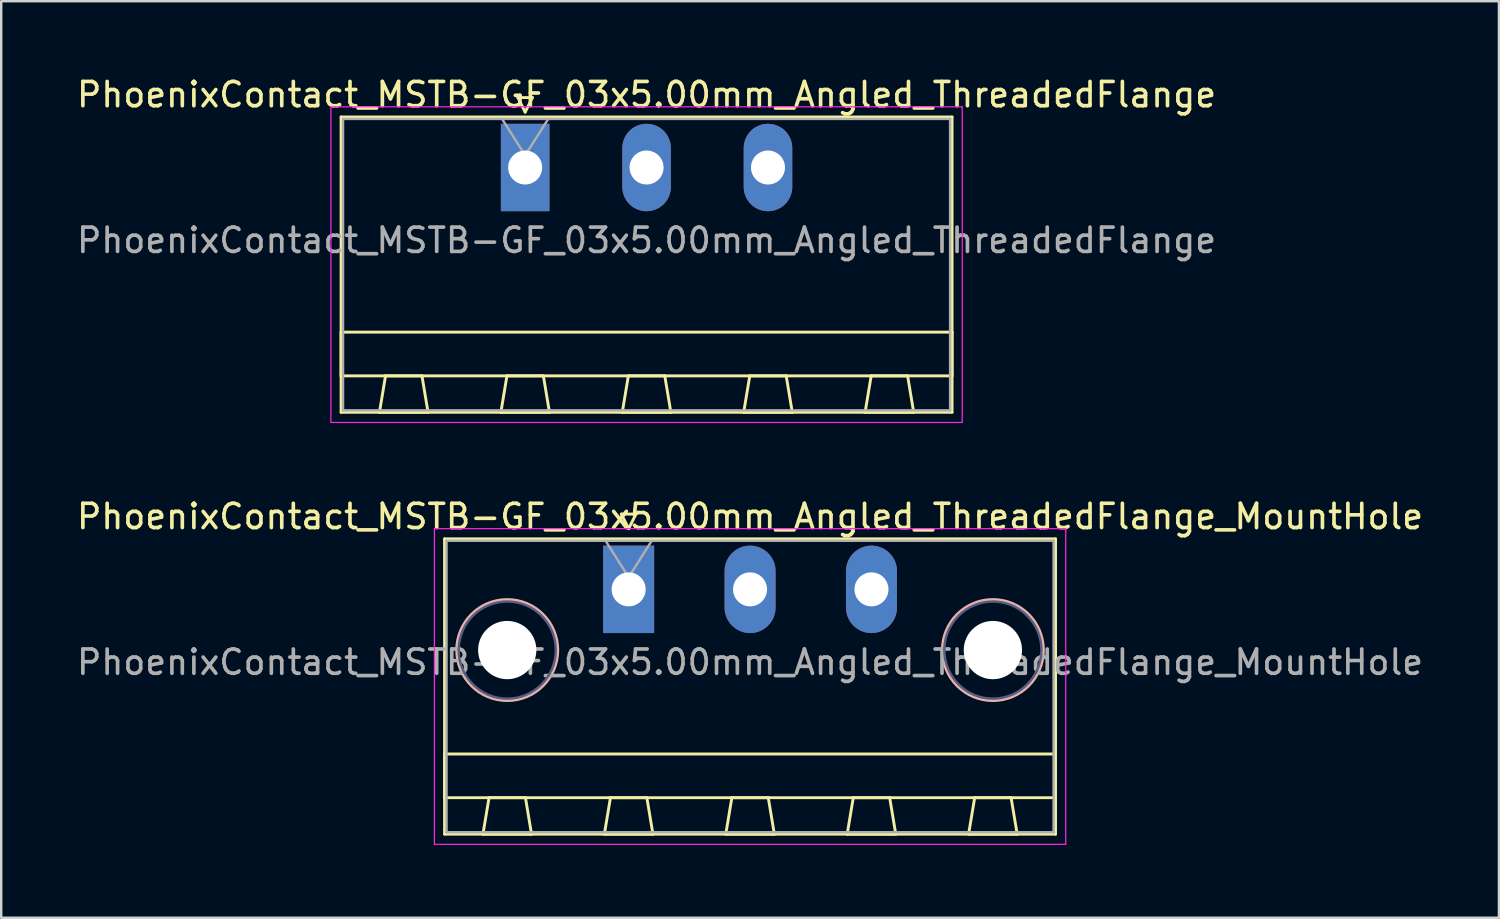
<source format=kicad_pcb>
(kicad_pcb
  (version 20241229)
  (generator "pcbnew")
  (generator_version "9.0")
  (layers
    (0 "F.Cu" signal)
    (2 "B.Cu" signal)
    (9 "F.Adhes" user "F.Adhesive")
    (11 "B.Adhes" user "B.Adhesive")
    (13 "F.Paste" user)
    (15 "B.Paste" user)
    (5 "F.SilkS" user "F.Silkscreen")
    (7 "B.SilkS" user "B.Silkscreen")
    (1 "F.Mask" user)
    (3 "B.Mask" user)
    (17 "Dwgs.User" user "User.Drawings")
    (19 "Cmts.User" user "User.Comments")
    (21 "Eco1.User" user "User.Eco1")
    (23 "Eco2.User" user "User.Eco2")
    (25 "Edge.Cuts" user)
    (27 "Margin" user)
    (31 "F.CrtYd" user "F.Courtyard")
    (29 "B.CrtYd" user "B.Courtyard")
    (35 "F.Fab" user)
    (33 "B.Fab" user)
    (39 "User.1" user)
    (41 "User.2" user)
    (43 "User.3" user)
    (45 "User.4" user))
  (footprint "PhoenixContact_MSTB-GF_03x5.00mm_Angled_ThreadedFlange_MountHole"
    (layer "F.Cu")
    (at 22.839 21.221)
    (property "Reference" "PhoenixContact_MSTB-GF_03x5.00mm_Angled_ThreadedFlange_MountHole" (at 5 -3 0) (layer "F.SilkS") (effects (font (size 1 1) (thickness 0.15))))
    (attr through_hole)
    (fp_line (start -7.58 -2.08) (end -7.58 10.08) (stroke (width 0.12) (type solid)) (layer "F.SilkS"))
    (fp_line (start -7.58 6.78) (end 17.58 6.78) (stroke (width 0.12) (type solid)) (layer "F.SilkS"))
    (fp_line (start -7.58 8.58) (end -7.58 6.78) (stroke (width 0.12) (type solid)) (layer "F.SilkS"))
    (fp_line (start -7.58 10.08) (end 17.58 10.08) (stroke (width 0.12) (type solid)) (layer "F.SilkS"))
    (fp_line (start -6 10.08) (end -4 10.08) (stroke (width 0.12) (type solid)) (layer "F.SilkS"))
    (fp_line (start -5.75 8.58) (end -6 10.08) (stroke (width 0.12) (type solid)) (layer "F.SilkS"))
    (fp_line (start -4.25 8.58) (end -5.75 8.58) (stroke (width 0.12) (type solid)) (layer "F.SilkS"))
    (fp_line (start -4 10.08) (end -4.25 8.58) (stroke (width 0.12) (type solid)) (layer "F.SilkS"))
    (fp_line (start -1 10.08) (end 1 10.08) (stroke (width 0.12) (type solid)) (layer "F.SilkS"))
    (fp_line (start -0.75 8.58) (end -1 10.08) (stroke (width 0.12) (type solid)) (layer "F.SilkS"))
    (fp_line (start -0.3 -3.1) (end 0.3 -3.1) (stroke (width 0.12) (type solid)) (layer "F.SilkS"))
    (fp_line (start 0 -2.5) (end -0.3 -3.1) (stroke (width 0.12) (type solid)) (layer "F.SilkS"))
    (fp_line (start 0.3 -3.1) (end 0 -2.5) (stroke (width 0.12) (type solid)) (layer "F.SilkS"))
    (fp_line (start 0.75 8.58) (end -0.75 8.58) (stroke (width 0.12) (type solid)) (layer "F.SilkS"))
    (fp_line (start 1 10.08) (end 0.75 8.58) (stroke (width 0.12) (type solid)) (layer "F.SilkS"))
    (fp_line (start 4 10.08) (end 6 10.08) (stroke (width 0.12) (type solid)) (layer "F.SilkS"))
    (fp_line (start 4.25 8.58) (end 4 10.08) (stroke (width 0.12) (type solid)) (layer "F.SilkS"))
    (fp_line (start 5.75 8.58) (end 4.25 8.58) (stroke (width 0.12) (type solid)) (layer "F.SilkS"))
    (fp_line (start 6 10.08) (end 5.75 8.58) (stroke (width 0.12) (type solid)) (layer "F.SilkS"))
    (fp_line (start 9 10.08) (end 11 10.08) (stroke (width 0.12) (type solid)) (layer "F.SilkS"))
    (fp_line (start 9.25 8.58) (end 9 10.08) (stroke (width 0.12) (type solid)) (layer "F.SilkS"))
    (fp_line (start 10.75 8.58) (end 9.25 8.58) (stroke (width 0.12) (type solid)) (layer "F.SilkS"))
    (fp_line (start 11 10.08) (end 10.75 8.58) (stroke (width 0.12) (type solid)) (layer "F.SilkS"))
    (fp_line (start 14 10.08) (end 16 10.08) (stroke (width 0.12) (type solid)) (layer "F.SilkS"))
    (fp_line (start 14.25 8.58) (end 14 10.08) (stroke (width 0.12) (type solid)) (layer "F.SilkS"))
    (fp_line (start 15.75 8.58) (end 14.25 8.58) (stroke (width 0.12) (type solid)) (layer "F.SilkS"))
    (fp_line (start 16 10.08) (end 15.75 8.58) (stroke (width 0.12) (type solid)) (layer "F.SilkS"))
    (fp_line (start 17.58 -2.08) (end -7.58 -2.08) (stroke (width 0.12) (type solid)) (layer "F.SilkS"))
    (fp_line (start 17.58 6.78) (end 17.58 8.58) (stroke (width 0.12) (type solid)) (layer "F.SilkS"))
    (fp_line (start 17.58 8.58) (end -7.58 8.58) (stroke (width 0.12) (type solid)) (layer "F.SilkS"))
    (fp_line (start 17.58 10.08) (end 17.58 -2.08) (stroke (width 0.12) (type solid)) (layer "F.SilkS"))
    (fp_circle (center -5 2.5) (end -2.92 2.5) (stroke (width 0.12) (type solid)) (fill no) (layer "B.SilkS"))
    (fp_circle (center 15 2.5) (end 17.08 2.5) (stroke (width 0.12) (type solid)) (fill no) (layer "B.SilkS"))
    (fp_line (start -8 -2.5) (end -8 10.5) (stroke (width 0.05) (type solid)) (layer "F.CrtYd"))
    (fp_line (start -8 10.5) (end 18 10.5) (stroke (width 0.05) (type solid)) (layer "F.CrtYd"))
    (fp_line (start 18 -2.5) (end -8 -2.5) (stroke (width 0.05) (type solid)) (layer "F.CrtYd"))
    (fp_line (start 18 10.5) (end 18 -2.5) (stroke (width 0.05) (type solid)) (layer "F.CrtYd"))
    (fp_circle (center -5 2.5) (end -3 2.5) (stroke (width 0.1) (type solid)) (fill no) (layer "B.Fab"))
    (fp_circle (center 15 2.5) (end 17 2.5) (stroke (width 0.1) (type solid)) (fill no) (layer "B.Fab"))
    (fp_line (start -7.5 -2) (end -7.5 10) (stroke (width 0.1) (type solid)) (layer "F.Fab"))
    (fp_line (start -7.5 10) (end 17.5 10) (stroke (width 0.1) (type solid)) (layer "F.Fab"))
    (fp_line (start 0 -0.5) (end -0.95 -2) (stroke (width 0.1) (type solid)) (layer "F.Fab"))
    (fp_line (start 0.95 -2) (end 0 -0.5) (stroke (width 0.1) (type solid)) (layer "F.Fab"))
    (fp_line (start 17.5 -2) (end -7.5 -2) (stroke (width 0.1) (type solid)) (layer "F.Fab"))
    (fp_line (start 17.5 10) (end 17.5 -2) (stroke (width 0.1) (type solid)) (layer "F.Fab"))
    (fp_text user "${REFERENCE}" (at 5 3 0) (layer "F.Fab") (effects (font (size 1 1) (thickness 0.15))))
    (pad "" np_thru_hole circle (at -5 2.5) (size 2.4 2.4) (drill 2.4) (layers "*.Cu" "*.Mask"))
    (pad "" np_thru_hole circle (at 15 2.5) (size 2.4 2.4) (drill 2.4) (layers "*.Cu" "*.Mask"))
    (pad "1" thru_hole rect (at 0 0) (size 2.1 3.6) (drill 1.4) (layers "*.Cu" "*.Mask"))
    (pad "2" thru_hole oval (at 5 0) (size 2.1 3.6) (drill 1.4) (layers "*.Cu" "*.Mask"))
    (pad "3" thru_hole oval (at 10 0) (size 2.1 3.6) (drill 1.4) (layers "*.Cu" "*.Mask")))
  (footprint "PhoenixContact_MSTB-GF_03x5.00mm_Angled_ThreadedFlange"
    (layer "F.Cu")
    (at 18.577 3.848)
    (property "Reference" "PhoenixContact_MSTB-GF_03x5.00mm_Angled_ThreadedFlange" (at 5 -3 0) (layer "F.SilkS") (effects (font (size 1 1) (thickness 0.15))))
    (attr through_hole)
    (fp_line (start -7.58 -2.08) (end -7.58 10.08) (stroke (width 0.12) (type solid)) (layer "F.SilkS"))
    (fp_line (start -7.58 6.78) (end 17.58 6.78) (stroke (width 0.12) (type solid)) (layer "F.SilkS"))
    (fp_line (start -7.58 8.58) (end -7.58 6.78) (stroke (width 0.12) (type solid)) (layer "F.SilkS"))
    (fp_line (start -7.58 10.08) (end 17.58 10.08) (stroke (width 0.12) (type solid)) (layer "F.SilkS"))
    (fp_line (start -6 10.08) (end -4 10.08) (stroke (width 0.12) (type solid)) (layer "F.SilkS"))
    (fp_line (start -5.75 8.58) (end -6 10.08) (stroke (width 0.12) (type solid)) (layer "F.SilkS"))
    (fp_line (start -4.25 8.58) (end -5.75 8.58) (stroke (width 0.12) (type solid)) (layer "F.SilkS"))
    (fp_line (start -4 10.08) (end -4.25 8.58) (stroke (width 0.12) (type solid)) (layer "F.SilkS"))
    (fp_line (start -1 10.08) (end 1 10.08) (stroke (width 0.12) (type solid)) (layer "F.SilkS"))
    (fp_line (start -0.75 8.58) (end -1 10.08) (stroke (width 0.12) (type solid)) (layer "F.SilkS"))
    (fp_line (start -0.3 -2.88) (end 0.3 -2.88) (stroke (width 0.12) (type solid)) (layer "F.SilkS"))
    (fp_line (start 0 -2.28) (end -0.3 -2.88) (stroke (width 0.12) (type solid)) (layer "F.SilkS"))
    (fp_line (start 0.3 -2.88) (end 0 -2.28) (stroke (width 0.12) (type solid)) (layer "F.SilkS"))
    (fp_line (start 0.75 8.58) (end -0.75 8.58) (stroke (width 0.12) (type solid)) (layer "F.SilkS"))
    (fp_line (start 1 10.08) (end 0.75 8.58) (stroke (width 0.12) (type solid)) (layer "F.SilkS"))
    (fp_line (start 4 10.08) (end 6 10.08) (stroke (width 0.12) (type solid)) (layer "F.SilkS"))
    (fp_line (start 4.25 8.58) (end 4 10.08) (stroke (width 0.12) (type solid)) (layer "F.SilkS"))
    (fp_line (start 5.75 8.58) (end 4.25 8.58) (stroke (width 0.12) (type solid)) (layer "F.SilkS"))
    (fp_line (start 6 10.08) (end 5.75 8.58) (stroke (width 0.12) (type solid)) (layer "F.SilkS"))
    (fp_line (start 9 10.08) (end 11 10.08) (stroke (width 0.12) (type solid)) (layer "F.SilkS"))
    (fp_line (start 9.25 8.58) (end 9 10.08) (stroke (width 0.12) (type solid)) (layer "F.SilkS"))
    (fp_line (start 10.75 8.58) (end 9.25 8.58) (stroke (width 0.12) (type solid)) (layer "F.SilkS"))
    (fp_line (start 11 10.08) (end 10.75 8.58) (stroke (width 0.12) (type solid)) (layer "F.SilkS"))
    (fp_line (start 14 10.08) (end 16 10.08) (stroke (width 0.12) (type solid)) (layer "F.SilkS"))
    (fp_line (start 14.25 8.58) (end 14 10.08) (stroke (width 0.12) (type solid)) (layer "F.SilkS"))
    (fp_line (start 15.75 8.58) (end 14.25 8.58) (stroke (width 0.12) (type solid)) (layer "F.SilkS"))
    (fp_line (start 16 10.08) (end 15.75 8.58) (stroke (width 0.12) (type solid)) (layer "F.SilkS"))
    (fp_line (start 17.58 -2.08) (end -7.58 -2.08) (stroke (width 0.12) (type solid)) (layer "F.SilkS"))
    (fp_line (start 17.58 6.78) (end 17.58 8.58) (stroke (width 0.12) (type solid)) (layer "F.SilkS"))
    (fp_line (start 17.58 8.58) (end -7.58 8.58) (stroke (width 0.12) (type solid)) (layer "F.SilkS"))
    (fp_line (start 17.58 10.08) (end 17.58 -2.08) (stroke (width 0.12) (type solid)) (layer "F.SilkS"))
    (fp_line (start -8 -2.5) (end -8 10.5) (stroke (width 0.05) (type solid)) (layer "F.CrtYd"))
    (fp_line (start -8 10.5) (end 18 10.5) (stroke (width 0.05) (type solid)) (layer "F.CrtYd"))
    (fp_line (start 18 -2.5) (end -8 -2.5) (stroke (width 0.05) (type solid)) (layer "F.CrtYd"))
    (fp_line (start 18 10.5) (end 18 -2.5) (stroke (width 0.05) (type solid)) (layer "F.CrtYd"))
    (fp_line (start -7.5 -2) (end -7.5 10) (stroke (width 0.1) (type solid)) (layer "F.Fab"))
    (fp_line (start -7.5 10) (end 17.5 10) (stroke (width 0.1) (type solid)) (layer "F.Fab"))
    (fp_line (start 0 -0.5) (end -0.95 -2) (stroke (width 0.1) (type solid)) (layer "F.Fab"))
    (fp_line (start 0.95 -2) (end 0 -0.5) (stroke (width 0.1) (type solid)) (layer "F.Fab"))
    (fp_line (start 17.5 -2) (end -7.5 -2) (stroke (width 0.1) (type solid)) (layer "F.Fab"))
    (fp_line (start 17.5 10) (end 17.5 -2) (stroke (width 0.1) (type solid)) (layer "F.Fab"))
    (fp_text user "${REFERENCE}" (at 5 3 0) (layer "F.Fab") (effects (font (size 1 1) (thickness 0.15))))
    (pad "1" thru_hole rect (at 0 0) (size 2 3.6) (drill 1.4) (layers "*.Cu" "*.Mask"))
    (pad "2" thru_hole oval (at 5 0) (size 2 3.6) (drill 1.4) (layers "*.Cu" "*.Mask"))
    (pad "3" thru_hole oval (at 10 0) (size 2 3.6) (drill 1.4) (layers "*.Cu" "*.Mask")))
  (gr_rect
    (start -3 -3)
    (end 58.679 34.746)
    (stroke (width 0.1) (type default))
    (fill no)
    (layer "Edge.Cuts")))
</source>
